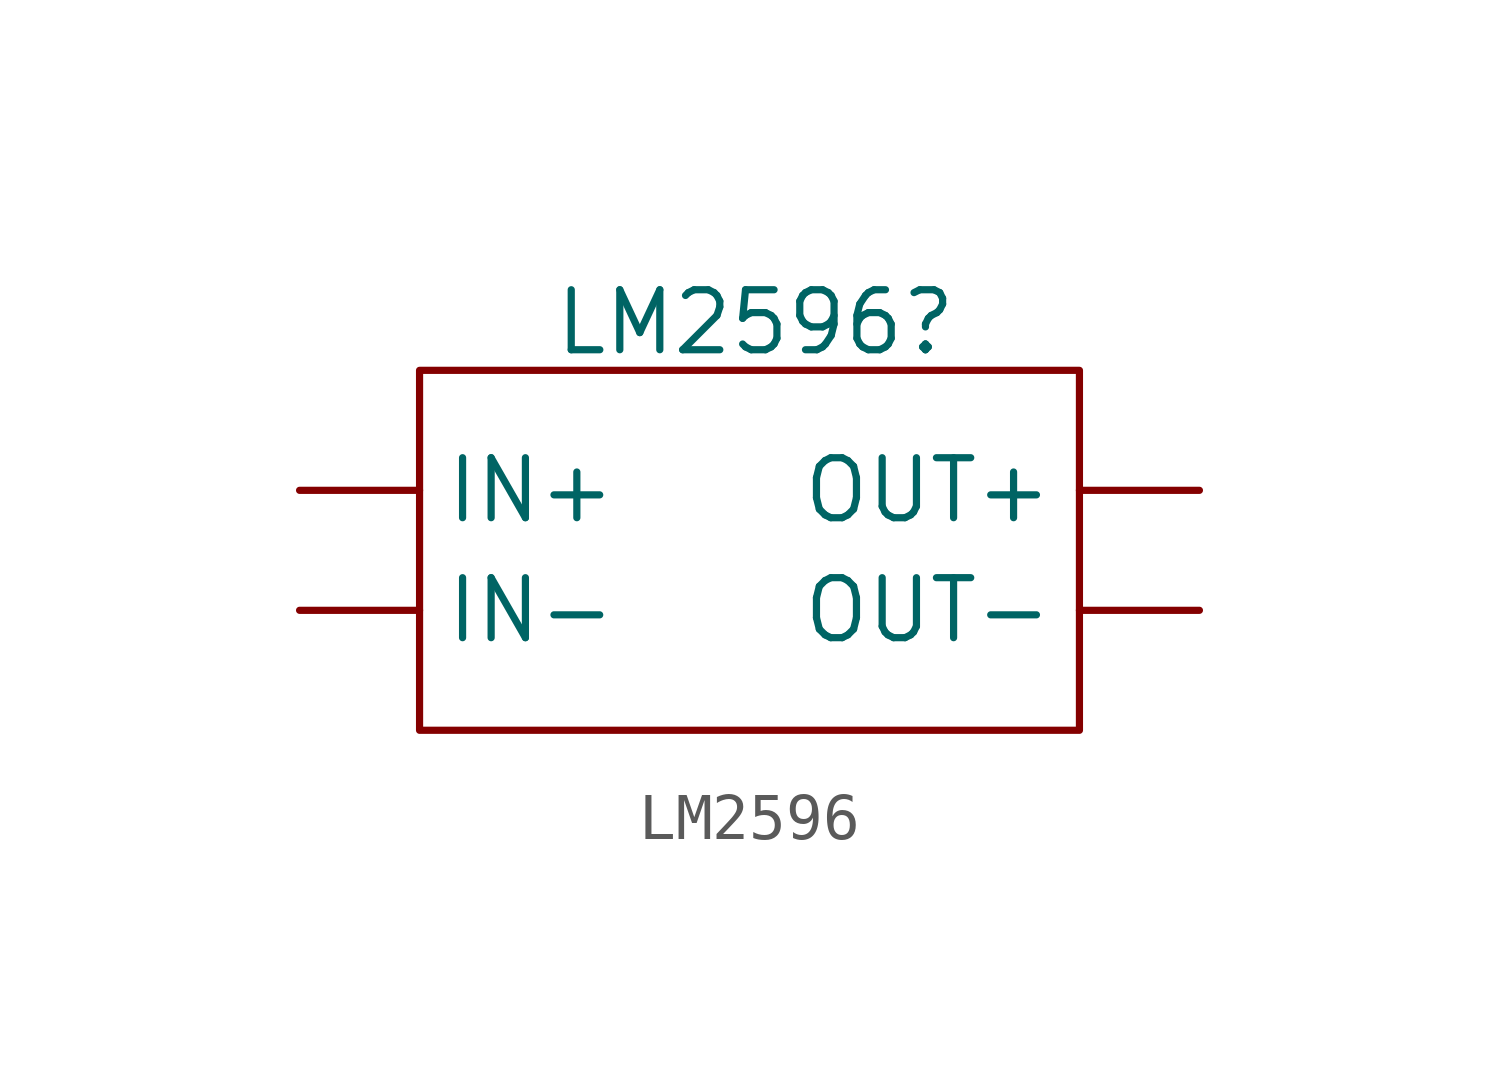
<source format=kicad_sym>
(kicad_symbol_lib
  (version 20241209)
  (generator "kicad_symbol_editor")
  (generator_version "9.0")
  (symbol "LM2596"
    (property "Reference" "LM2596"
      (at 2.032 -1.524 0)
      (effects (font (size 1.27 1.27))))
    (property "Value" ""
      (at 0 0 0)
      (effects (font (size 1.27 1.27))))
    (symbol "LM2596_0_1"
      (rectangle (start -5.08 -2.54) (end 8.89 -10.16) (stroke (width 0) (type default)) (fill (type none))))
    (symbol "LM2596_1_1"
      (pin power_in line (at -7.62 -5.08 0) (length 2.54) (name "IN+" (effects (font (size 1.27 1.27)))) (number "" (effects (font (size 1.27 1.27)))))
      (pin power_in line (at -7.62 -7.62 0) (length 2.54) (name "IN-" (effects (font (size 1.27 1.27)))) (number "" (effects (font (size 1.27 1.27)))))
      (pin power_in line (at 11.43 -5.08 180) (length 2.54) (name "OUT+" (effects (font (size 1.27 1.27)))) (number "" (effects (font (size 1.27 1.27)))))
      (pin power_in line (at 11.43 -7.62 180) (length 2.54) (name "OUT-" (effects (font (size 1.27 1.27)))) (number "" (effects (font (size 1.27 1.27))))))))
</source>
